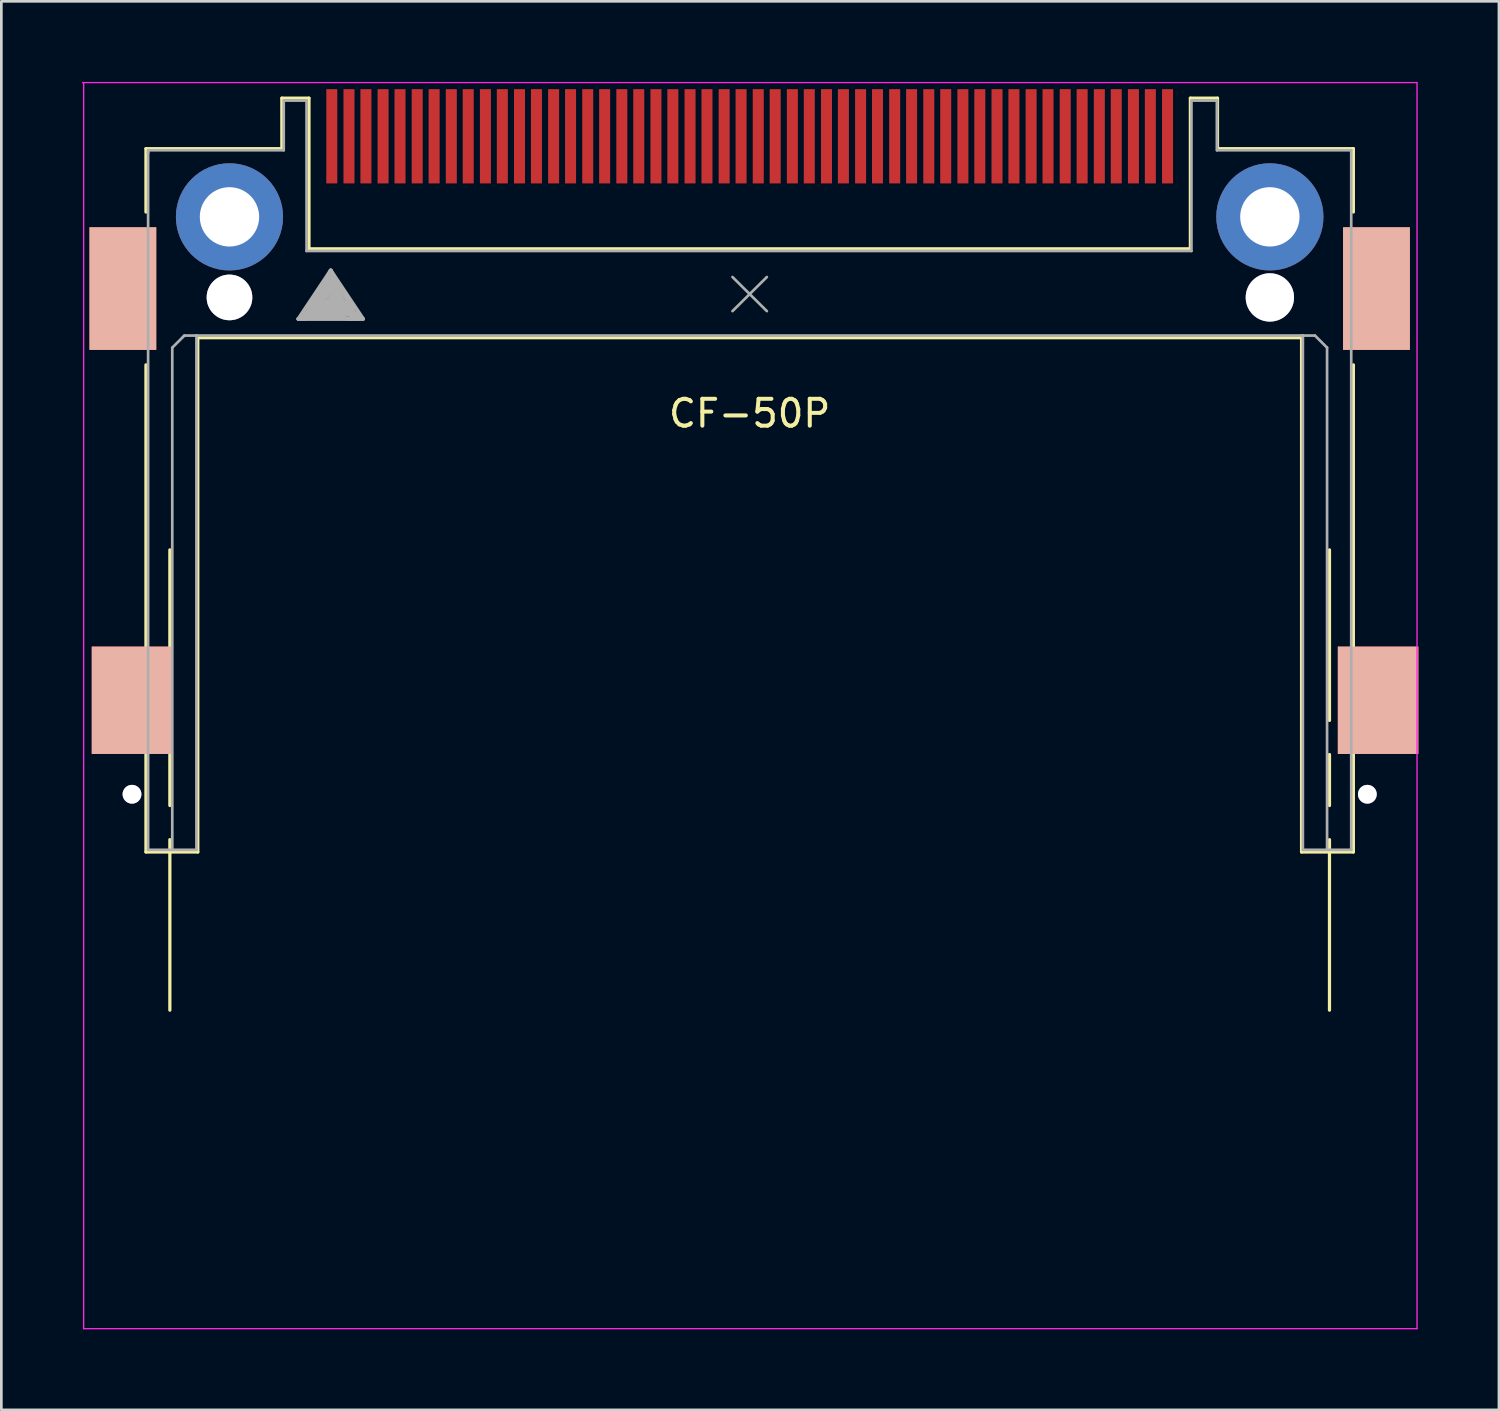
<source format=kicad_pcb>
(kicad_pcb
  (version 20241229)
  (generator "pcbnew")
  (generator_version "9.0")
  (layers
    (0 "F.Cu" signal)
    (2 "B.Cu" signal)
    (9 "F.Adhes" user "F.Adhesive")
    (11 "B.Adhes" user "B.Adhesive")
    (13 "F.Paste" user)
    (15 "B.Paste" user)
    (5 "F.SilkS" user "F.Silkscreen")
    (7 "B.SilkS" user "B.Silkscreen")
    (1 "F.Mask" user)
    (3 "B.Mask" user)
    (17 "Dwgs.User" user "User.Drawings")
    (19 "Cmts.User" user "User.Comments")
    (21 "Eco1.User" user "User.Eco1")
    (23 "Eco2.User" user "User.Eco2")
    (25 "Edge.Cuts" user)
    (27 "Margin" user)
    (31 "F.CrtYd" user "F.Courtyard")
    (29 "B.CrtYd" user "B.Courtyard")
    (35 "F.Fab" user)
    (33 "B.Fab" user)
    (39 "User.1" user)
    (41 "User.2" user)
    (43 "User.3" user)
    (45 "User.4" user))
  (footprint "CF-50P"
    (layer "F.Cu")
    (at 24.865 5.025)
    (property "Reference" "CF-50P" (at 0 7.32 0) (layer "F.SilkS") (effects (font (size 1 1) (thickness 0.15))))
    (attr smd)
    (fp_line (start -22.48 -2.54) (end -17.42 -2.54) (stroke (width 0.12) (type solid)) (layer "F.SilkS"))
    (fp_line (start -22.48 -0.18) (end -22.48 -2.54) (stroke (width 0.12) (type solid)) (layer "F.SilkS"))
    (fp_line (start -22.48 5.51) (end -22.48 23.65) (stroke (width 0.12) (type solid)) (layer "F.SilkS"))
    (fp_line (start -22.48 23.65) (end -20.55 23.65) (stroke (width 0.12) (type solid)) (layer "F.SilkS"))
    (fp_line (start -21.59 12.4) (end -21.59 18.75) (stroke (width 0.12) (type solid)) (layer "F.SilkS"))
    (fp_line (start -21.59 20.02) (end -21.59 21.92) (stroke (width 0.12) (type solid)) (layer "F.SilkS"))
    (fp_line (start -21.59 23.19) (end -21.59 29.54) (stroke (width 0.12) (type solid)) (layer "F.SilkS"))
    (fp_line (start -20.55 4.5) (end 20.55 4.5) (stroke (width 0.12) (type solid)) (layer "F.SilkS"))
    (fp_line (start -20.55 23.65) (end -20.55 4.5) (stroke (width 0.12) (type solid)) (layer "F.SilkS"))
    (fp_line (start -17.42 -4.42) (end -16.41 -4.42) (stroke (width 0.12) (type solid)) (layer "F.SilkS"))
    (fp_line (start -17.42 -2.54) (end -17.42 -4.42) (stroke (width 0.12) (type solid)) (layer "F.SilkS"))
    (fp_line (start -16.41 -4.42) (end -16.41 1.19) (stroke (width 0.12) (type solid)) (layer "F.SilkS"))
    (fp_line (start -16.41 1.19) (end 16.41 1.19) (stroke (width 0.12) (type solid)) (layer "F.SilkS"))
    (fp_line (start 16.41 -4.42) (end 17.42 -4.42) (stroke (width 0.12) (type solid)) (layer "F.SilkS"))
    (fp_line (start 16.41 1.19) (end 16.41 -4.42) (stroke (width 0.12) (type solid)) (layer "F.SilkS"))
    (fp_line (start 17.42 -4.42) (end 17.42 -2.54) (stroke (width 0.12) (type solid)) (layer "F.SilkS"))
    (fp_line (start 17.42 -2.54) (end 22.48 -2.54) (stroke (width 0.12) (type solid)) (layer "F.SilkS"))
    (fp_line (start 20.55 4.5) (end 20.55 23.65) (stroke (width 0.12) (type solid)) (layer "F.SilkS"))
    (fp_line (start 20.55 23.65) (end 22.48 23.65) (stroke (width 0.12) (type solid)) (layer "F.SilkS"))
    (fp_line (start 21.59 12.4) (end 21.59 18.75) (stroke (width 0.12) (type solid)) (layer "F.SilkS"))
    (fp_line (start 21.59 20.02) (end 21.59 21.92) (stroke (width 0.12) (type solid)) (layer "F.SilkS"))
    (fp_line (start 21.59 23.19) (end 21.59 29.54) (stroke (width 0.12) (type solid)) (layer "F.SilkS"))
    (fp_line (start 22.48 -2.54) (end 22.48 -0.18) (stroke (width 0.12) (type solid)) (layer "F.SilkS"))
    (fp_line (start 22.48 23.65) (end 22.48 5.51) (stroke (width 0.12) (type solid)) (layer "F.SilkS"))
    (fp_line (start -24.84 -5) (end 24.84 -5) (stroke (width 0.05) (type solid)) (layer "F.CrtYd"))
    (fp_line (start -24.8 -5) (end -24.8 41.4) (stroke (width 0.05) (type solid)) (layer "F.CrtYd"))
    (fp_line (start -24.8 41.4) (end 24.85 41.4) (stroke (width 0.05) (type solid)) (layer "F.CrtYd"))
    (fp_line (start 24.85 -5) (end 24.85 41.4) (stroke (width 0.05) (type solid)) (layer "F.CrtYd"))
    (fp_line (start -22.4 -2.48) (end -22.4 -2.38) (stroke (width 0.1) (type solid)) (layer "F.Fab"))
    (fp_line (start -22.4 -2.43) (end -22.4 23.57) (stroke (width 0.1) (type solid)) (layer "F.Fab"))
    (fp_line (start -22.4 23.57) (end -20.6 23.57) (stroke (width 0.1) (type solid)) (layer "F.Fab"))
    (fp_line (start -21.5 4.87) (end -21.1 4.47) (stroke (width 0.1) (type solid)) (layer "F.Fab"))
    (fp_line (start -21.5 23.57) (end -21.5 4.87) (stroke (width 0.1) (type solid)) (layer "F.Fab"))
    (fp_line (start -21.1 4.47) (end -21.05 4.42) (stroke (width 0.1) (type solid)) (layer "F.Fab"))
    (fp_line (start -21.05 4.42) (end -20.6 4.42) (stroke (width 0.1) (type solid)) (layer "F.Fab"))
    (fp_line (start -20.6 4.42) (end 20.6 4.42) (stroke (width 0.1) (type solid)) (layer "F.Fab"))
    (fp_line (start -20.6 23.57) (end -20.6 4.42) (stroke (width 0.1) (type solid)) (layer "F.Fab"))
    (fp_line (start -17.35 -4.33) (end -17.35 -2.48) (stroke (width 0.1) (type solid)) (layer "F.Fab"))
    (fp_line (start -17.35 -2.48) (end -22.4 -2.48) (stroke (width 0.1) (type solid)) (layer "F.Fab"))
    (fp_line (start -16.8 3.8) (end -14.6 3.6) (stroke (width 0.15) (type solid)) (layer "F.Fab"))
    (fp_line (start -16.8 3.8) (end -14.6 3.8) (stroke (width 0.15) (type solid)) (layer "F.Fab"))
    (fp_line (start -16.6 3.6) (end -15 3.6) (stroke (width 0.15) (type solid)) (layer "F.Fab"))
    (fp_line (start -16.6 3.8) (end -16.2 3.4) (stroke (width 0.15) (type solid)) (layer "F.Fab"))
    (fp_line (start -16.6 3.8) (end -15.6 2.2) (stroke (width 0.15) (type solid)) (layer "F.Fab"))
    (fp_line (start -16.5 -4.33) (end -17.35 -4.33) (stroke (width 0.1) (type solid)) (layer "F.Fab"))
    (fp_line (start -16.5 1.27) (end -16.5 -4.33) (stroke (width 0.1) (type solid)) (layer "F.Fab"))
    (fp_line (start -16.4 3.6) (end -15.2 3.4) (stroke (width 0.15) (type solid)) (layer "F.Fab"))
    (fp_line (start -16.2 3.4) (end -15.4 3) (stroke (width 0.15) (type solid)) (layer "F.Fab"))
    (fp_line (start -16.2 3.4) (end -15.4 3.2) (stroke (width 0.15) (type solid)) (layer "F.Fab"))
    (fp_line (start -16.2 3.6) (end -15.4 3.4) (stroke (width 0.15) (type solid)) (layer "F.Fab"))
    (fp_line (start -16 3.2) (end -15.4 3.2) (stroke (width 0.15) (type solid)) (layer "F.Fab"))
    (fp_line (start -16 3.4) (end -15.2 3.4) (stroke (width 0.15) (type solid)) (layer "F.Fab"))
    (fp_line (start -15.8 3.2) (end -16.2 3.6) (stroke (width 0.15) (type solid)) (layer "F.Fab"))
    (fp_line (start -15.6 2) (end -16.8 3.8) (stroke (width 0.15) (type solid)) (layer "F.Fab"))
    (fp_line (start -15.6 2) (end -16.6 3.8) (stroke (width 0.15) (type solid)) (layer "F.Fab"))
    (fp_line (start -15.6 2) (end -14.4 3.8) (stroke (width 0.15) (type solid)) (layer "F.Fab"))
    (fp_line (start -15.6 2.2) (end -14.8 3.8) (stroke (width 0.15) (type solid)) (layer "F.Fab"))
    (fp_line (start -15.6 2.4) (end -16.4 3.6) (stroke (width 0.15) (type solid)) (layer "F.Fab"))
    (fp_line (start -15.6 2.6) (end -16.2 3.4) (stroke (width 0.15) (type solid)) (layer "F.Fab"))
    (fp_line (start -15.6 2.8) (end -16 3.2) (stroke (width 0.15) (type solid)) (layer "F.Fab"))
    (fp_line (start -15.6 3) (end -15.8 3.2) (stroke (width 0.15) (type solid)) (layer "F.Fab"))
    (fp_line (start -15.6 3.2) (end -15.6 3.4) (stroke (width 0.15) (type solid)) (layer "F.Fab"))
    (fp_line (start -15.6 3.4) (end -15.4 3.2) (stroke (width 0.15) (type solid)) (layer "F.Fab"))
    (fp_line (start -15.4 3) (end -16.8 3.8) (stroke (width 0.15) (type solid)) (layer "F.Fab"))
    (fp_line (start -15.4 3.2) (end -15.6 2.8) (stroke (width 0.15) (type solid)) (layer "F.Fab"))
    (fp_line (start -15.4 3.2) (end -15.6 3) (stroke (width 0.15) (type solid)) (layer "F.Fab"))
    (fp_line (start -15.4 3.2) (end -15 3.2) (stroke (width 0.15) (type solid)) (layer "F.Fab"))
    (fp_line (start -15.4 3.4) (end -14.8 3.6) (stroke (width 0.15) (type solid)) (layer "F.Fab"))
    (fp_line (start -15.2 3.4) (end -16.6 3.8) (stroke (width 0.15) (type solid)) (layer "F.Fab"))
    (fp_line (start -15.2 3.4) (end -15.6 2.6) (stroke (width 0.15) (type solid)) (layer "F.Fab"))
    (fp_line (start -15 3.2) (end -14.8 3.4) (stroke (width 0.15) (type solid)) (layer "F.Fab"))
    (fp_line (start -15 3.4) (end -15.6 3.2) (stroke (width 0.15) (type solid)) (layer "F.Fab"))
    (fp_line (start -15 3.6) (end -15.6 2.4) (stroke (width 0.15) (type solid)) (layer "F.Fab"))
    (fp_line (start -14.8 3.4) (end -15.8 3.4) (stroke (width 0.15) (type solid)) (layer "F.Fab"))
    (fp_line (start -14.8 3.6) (end -16 3.4) (stroke (width 0.15) (type solid)) (layer "F.Fab"))
    (fp_line (start -14.8 3.8) (end -16.6 3.6) (stroke (width 0.15) (type solid)) (layer "F.Fab"))
    (fp_line (start -14.6 3.6) (end -14.6 3.8) (stroke (width 0.15) (type solid)) (layer "F.Fab"))
    (fp_line (start -14.6 3.8) (end -15.6 2) (stroke (width 0.15) (type solid)) (layer "F.Fab"))
    (fp_line (start -14.6 3.8) (end -15 3.4) (stroke (width 0.15) (type solid)) (layer "F.Fab"))
    (fp_line (start -14.4 3.8) (end -15 3.8) (stroke (width 0.15) (type solid)) (layer "F.Fab"))
    (fp_line (start -0.64 2.24) (end 0.64 3.51) (stroke (width 0.1) (type solid)) (layer "F.Fab"))
    (fp_line (start 0.64 2.24) (end -0.64 3.51) (stroke (width 0.1) (type solid)) (layer "F.Fab"))
    (fp_line (start 16.45 -4.33) (end 16.45 1.27) (stroke (width 0.1) (type solid)) (layer "F.Fab"))
    (fp_line (start 16.45 1.27) (end -16.5 1.27) (stroke (width 0.1) (type solid)) (layer "F.Fab"))
    (fp_line (start 17.4 -4.33) (end 16.45 -4.33) (stroke (width 0.1) (type solid)) (layer "F.Fab"))
    (fp_line (start 17.4 -2.48) (end 17.4 -4.33) (stroke (width 0.1) (type solid)) (layer "F.Fab"))
    (fp_line (start 20.6 4.42) (end 20.6 23.57) (stroke (width 0.1) (type solid)) (layer "F.Fab"))
    (fp_line (start 20.6 23.57) (end 22.4 23.57) (stroke (width 0.1) (type solid)) (layer "F.Fab"))
    (fp_line (start 21.05 4.42) (end 20.55 4.42) (stroke (width 0.1) (type solid)) (layer "F.Fab"))
    (fp_line (start 21.5 4.87) (end 21.05 4.42) (stroke (width 0.1) (type solid)) (layer "F.Fab"))
    (fp_line (start 21.5 23.57) (end 21.5 4.87) (stroke (width 0.1) (type solid)) (layer "F.Fab"))
    (fp_line (start 22.4 -2.48) (end 17.4 -2.48) (stroke (width 0.1) (type solid)) (layer "F.Fab"))
    (fp_line (start 22.4 23.57) (end 22.4 -2.48) (stroke (width 0.1) (type solid)) (layer "F.Fab"))
    (pad "" smd rect (at -23.34 2.67) (size 2.49 4.57) (layers "F.Cu" "F.Mask" "B.SilkS" "F.Paste"))
    (pad "" smd rect (at -23 18) (size 3 4) (layers "F.Cu" "F.Mask" "B.SilkS" "F.Paste"))
    (pad "" thru_hole circle (at -23 21.5) (size 0.7 0.7) (drill 0.7) (layers "*.Cu" "*.Mask"))
    (pad "" thru_hole circle (at -19.37 0) (size 3.99 3.99) (drill 2.21) (layers "*.Cu" "*.Mask"))
    (pad "" thru_hole circle (at -19.37 3) (size 1.7 1.7) (drill 1.7) (layers "*.Cu" "*.Mask"))
    (pad "" thru_hole circle (at 19.37 0) (size 3.99 3.99) (drill 2.21) (layers "*.Cu" "*.Mask"))
    (pad "" thru_hole circle (at 19.37 3) (size 1.8 1.8) (drill 1.8) (layers "*.Cu" "*.Mask"))
    (pad "" thru_hole circle (at 23 21.5) (size 0.7 0.7) (drill 0.7) (layers "*.Cu" "*.Mask"))
    (pad "" smd rect (at 23.34 2.67) (size 2.49 4.57) (layers "F.Cu" "F.Mask" "B.SilkS" "F.Paste"))
    (pad "" smd rect (at 23.4 18) (size 3 4) (layers "F.Cu" "F.Mask" "B.SilkS" "F.Paste"))
    (pad "1" smd rect (at -15.56 -3) (size 0.41 3.51) (layers "F.Cu" "F.Mask" "F.Paste"))
    (pad "2" smd rect (at -14.29 -3) (size 0.41 3.51) (layers "F.Cu" "F.Mask" "F.Paste"))
    (pad "3" smd rect (at -13.02 -3) (size 0.41 3.51) (layers "F.Cu" "F.Mask" "F.Paste"))
    (pad "4" smd rect (at -11.75 -3) (size 0.41 3.51) (layers "F.Cu" "F.Mask" "F.Paste"))
    (pad "5" smd rect (at -10.48 -3) (size 0.41 3.51) (layers "F.Cu" "F.Mask" "F.Paste"))
    (pad "6" smd rect (at -9.21 -3) (size 0.41 3.51) (layers "F.Cu" "F.Mask" "F.Paste"))
    (pad "7" smd rect (at -7.94 -3) (size 0.41 3.51) (layers "F.Cu" "F.Mask" "F.Paste"))
    (pad "8" smd rect (at -6.67 -3) (size 0.41 3.51) (layers "F.Cu" "F.Mask" "F.Paste"))
    (pad "9" smd rect (at -5.4 -3) (size 0.41 3.51) (layers "F.Cu" "F.Mask" "F.Paste"))
    (pad "10" smd rect (at -4.13 -3) (size 0.41 3.51) (layers "F.Cu" "F.Mask" "F.Paste"))
    (pad "11" smd rect (at -2.86 -3) (size 0.41 3.51) (layers "F.Cu" "F.Mask" "F.Paste"))
    (pad "12" smd rect (at -1.59 -3) (size 0.41 3.51) (layers "F.Cu" "F.Mask" "F.Paste"))
    (pad "13" smd rect (at -0.32 -3) (size 0.41 3.51) (layers "F.Cu" "F.Mask" "F.Paste"))
    (pad "14" smd rect (at 0.95 -3) (size 0.41 3.51) (layers "F.Cu" "F.Mask" "F.Paste"))
    (pad "15" smd rect (at 2.22 -3) (size 0.41 3.51) (layers "F.Cu" "F.Mask" "F.Paste"))
    (pad "16" smd rect (at 3.49 -3) (size 0.41 3.51) (layers "F.Cu" "F.Mask" "F.Paste"))
    (pad "17" smd rect (at 4.76 -3) (size 0.41 3.51) (layers "F.Cu" "F.Mask" "F.Paste"))
    (pad "18" smd rect (at 6.03 -3) (size 0.41 3.51) (layers "F.Cu" "F.Mask" "F.Paste"))
    (pad "19" smd rect (at 7.3 -3) (size 0.41 3.51) (layers "F.Cu" "F.Mask" "F.Paste"))
    (pad "20" smd rect (at 8.57 -3) (size 0.41 3.51) (layers "F.Cu" "F.Mask" "F.Paste"))
    (pad "21" smd rect (at 9.84 -3) (size 0.41 3.51) (layers "F.Cu" "F.Mask" "F.Paste"))
    (pad "22" smd rect (at 11.11 -3) (size 0.41 3.51) (layers "F.Cu" "F.Mask" "F.Paste"))
    (pad "23" smd rect (at 12.38 -3) (size 0.41 3.51) (layers "F.Cu" "F.Mask" "F.Paste"))
    (pad "24" smd rect (at 13.65 -3) (size 0.41 3.51) (layers "F.Cu" "F.Mask" "F.Paste"))
    (pad "25" smd rect (at 14.92 -3) (size 0.41 3.51) (layers "F.Cu" "F.Mask" "F.Paste"))
    (pad "26" smd rect (at -14.92 -3) (size 0.41 3.51) (layers "F.Cu" "F.Mask" "F.Paste"))
    (pad "27" smd rect (at -13.65 -3) (size 0.41 3.51) (layers "F.Cu" "F.Mask" "F.Paste"))
    (pad "28" smd rect (at -12.38 -3) (size 0.41 3.51) (layers "F.Cu" "F.Mask" "F.Paste"))
    (pad "29" smd rect (at -11.11 -3) (size 0.41 3.51) (layers "F.Cu" "F.Mask" "F.Paste"))
    (pad "30" smd rect (at -9.84 -3) (size 0.41 3.51) (layers "F.Cu" "F.Mask" "F.Paste"))
    (pad "31" smd rect (at -8.57 -3) (size 0.41 3.51) (layers "F.Cu" "F.Mask" "F.Paste"))
    (pad "32" smd rect (at -7.3 -3) (size 0.41 3.51) (layers "F.Cu" "F.Mask" "F.Paste"))
    (pad "33" smd rect (at -6.03 -3) (size 0.41 3.51) (layers "F.Cu" "F.Mask" "F.Paste"))
    (pad "34" smd rect (at -4.76 -3) (size 0.41 3.51) (layers "F.Cu" "F.Mask" "F.Paste"))
    (pad "35" smd rect (at -3.49 -3) (size 0.41 3.51) (layers "F.Cu" "F.Mask" "F.Paste"))
    (pad "36" smd rect (at -2.22 -3) (size 0.41 3.51) (layers "F.Cu" "F.Mask" "F.Paste"))
    (pad "37" smd rect (at -0.95 -3) (size 0.41 3.51) (layers "F.Cu" "F.Mask" "F.Paste"))
    (pad "38" smd rect (at 0.32 -3) (size 0.41 3.51) (layers "F.Cu" "F.Mask" "F.Paste"))
    (pad "39" smd rect (at 1.59 -3) (size 0.41 3.51) (layers "F.Cu" "F.Mask" "F.Paste"))
    (pad "40" smd rect (at 2.86 -3) (size 0.41 3.51) (layers "F.Cu" "F.Mask" "F.Paste"))
    (pad "41" smd rect (at 4.13 -3) (size 0.41 3.51) (layers "F.Cu" "F.Mask" "F.Paste"))
    (pad "42" smd rect (at 5.4 -3) (size 0.41 3.51) (layers "F.Cu" "F.Mask" "F.Paste"))
    (pad "43" smd rect (at 6.67 -3) (size 0.41 3.51) (layers "F.Cu" "F.Mask" "F.Paste"))
    (pad "44" smd rect (at 7.94 -3) (size 0.41 3.51) (layers "F.Cu" "F.Mask" "F.Paste"))
    (pad "45" smd rect (at 9.21 -3) (size 0.41 3.51) (layers "F.Cu" "F.Mask" "F.Paste"))
    (pad "46" smd rect (at 10.48 -3) (size 0.41 3.51) (layers "F.Cu" "F.Mask" "F.Paste"))
    (pad "47" smd rect (at 11.75 -3) (size 0.41 3.51) (layers "F.Cu" "F.Mask" "F.Paste"))
    (pad "48" smd rect (at 13.02 -3) (size 0.41 3.51) (layers "F.Cu" "F.Mask" "F.Paste"))
    (pad "49" smd rect (at 14.29 -3) (size 0.41 3.51) (layers "F.Cu" "F.Mask" "F.Paste"))
    (pad "50" smd rect (at 15.56 -3) (size 0.41 3.51) (layers "F.Cu" "F.Mask" "F.Paste")))
  (gr_rect
    (start -3 -3)
    (end 52.765 49.45)
    (stroke (width 0.1) (type default))
    (fill no)
    (layer "Edge.Cuts")))
</source>
